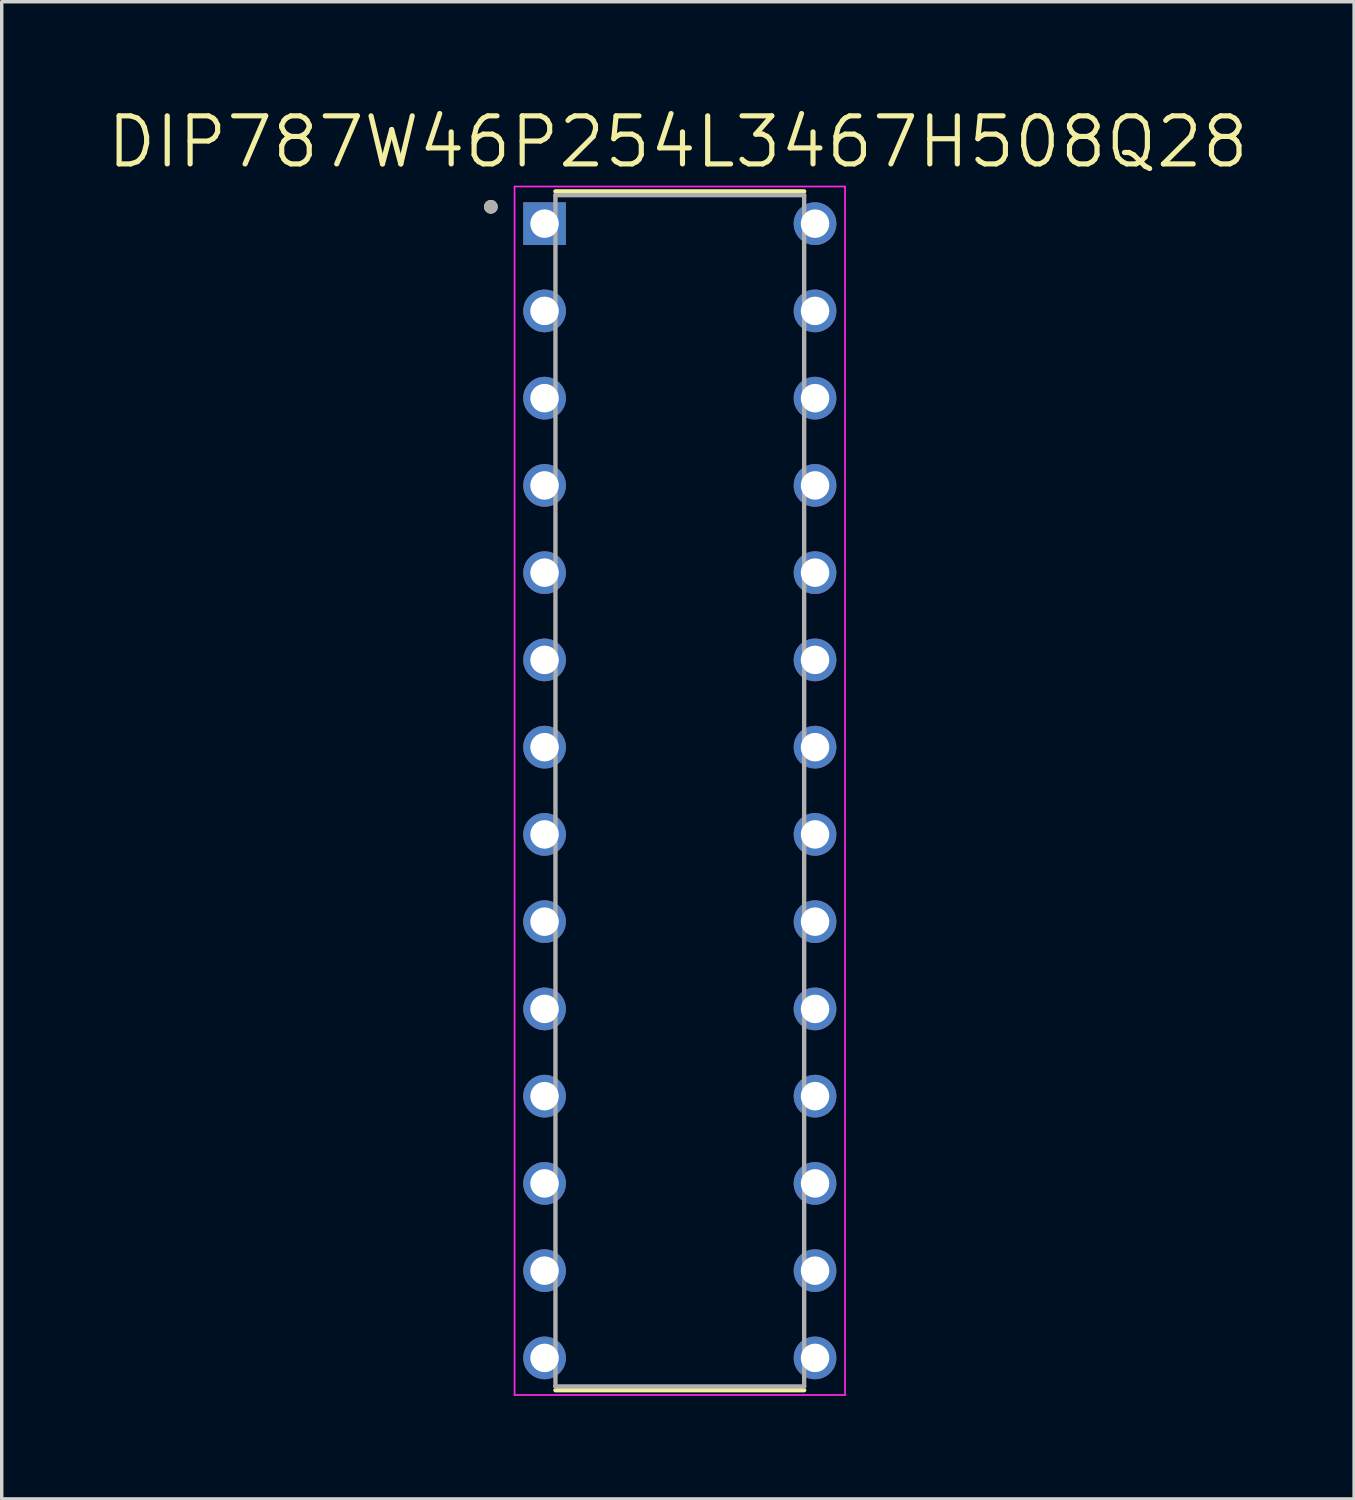
<source format=kicad_pcb>
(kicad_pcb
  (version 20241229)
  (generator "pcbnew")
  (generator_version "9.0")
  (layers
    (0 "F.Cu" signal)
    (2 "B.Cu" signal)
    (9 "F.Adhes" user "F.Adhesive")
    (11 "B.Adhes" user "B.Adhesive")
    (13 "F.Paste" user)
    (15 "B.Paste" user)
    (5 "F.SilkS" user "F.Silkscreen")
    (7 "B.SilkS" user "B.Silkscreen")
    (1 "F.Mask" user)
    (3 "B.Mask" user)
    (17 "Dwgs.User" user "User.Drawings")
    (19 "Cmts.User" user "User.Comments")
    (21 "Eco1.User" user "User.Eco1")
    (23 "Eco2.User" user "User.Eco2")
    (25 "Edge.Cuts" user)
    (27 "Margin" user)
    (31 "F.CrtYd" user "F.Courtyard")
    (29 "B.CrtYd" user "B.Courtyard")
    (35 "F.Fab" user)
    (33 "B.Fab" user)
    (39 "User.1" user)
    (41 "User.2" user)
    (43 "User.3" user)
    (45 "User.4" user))
  (footprint "DIP787W46P254L3467H508Q28"
    (layer "F.Cu")
    (at 16.74 19.971)
    (property "Reference" "DIP787W46P254L3467H508Q28" (at -0.055 -18.889 0) (layer "F.SilkS") (effects (font (size 1.4 1.4) (thickness 0.15))))
    (attr through_hole)
    (fp_line (start -3.62 -17.45) (end 3.62 -17.45) (stroke (width 0.127) (type solid)) (layer "F.SilkS"))
    (fp_line (start -3.62 17.45) (end 3.62 17.45) (stroke (width 0.127) (type solid)) (layer "F.SilkS"))
    (fp_circle (center -5.5 -17) (end -5.4 -17) (stroke (width 0.2) (type solid)) (fill no) (layer "F.SilkS"))
    (fp_line (start -4.81 -17.59) (end -4.81 17.59) (stroke (width 0.05) (type solid)) (layer "F.CrtYd"))
    (fp_line (start -4.81 17.59) (end 4.81 17.59) (stroke (width 0.05) (type solid)) (layer "F.CrtYd"))
    (fp_line (start 4.81 -17.59) (end -4.81 -17.59) (stroke (width 0.05) (type solid)) (layer "F.CrtYd"))
    (fp_line (start 4.81 17.59) (end 4.81 -17.59) (stroke (width 0.05) (type solid)) (layer "F.CrtYd"))
    (fp_line (start -3.62 -17.34) (end 3.62 -17.34) (stroke (width 0.127) (type solid)) (layer "F.Fab"))
    (fp_line (start -3.62 17.34) (end -3.62 -17.34) (stroke (width 0.127) (type solid)) (layer "F.Fab"))
    (fp_line (start 3.62 -17.34) (end 3.62 17.34) (stroke (width 0.127) (type solid)) (layer "F.Fab"))
    (fp_line (start 3.62 17.34) (end -3.62 17.34) (stroke (width 0.127) (type solid)) (layer "F.Fab"))
    (fp_circle (center -5.5 -17) (end -5.4 -17) (stroke (width 0.2) (type solid)) (fill no) (layer "F.Fab"))
    (pad "1" thru_hole rect (at -3.937 -16.51) (size 1.243 1.243) (drill 0.83) (layers "*.Cu" "*.Mask"))
    (pad "2" thru_hole circle (at -3.937 -13.97) (size 1.243 1.243) (drill 0.83) (layers "*.Cu" "*.Mask"))
    (pad "3" thru_hole circle (at -3.937 -11.43) (size 1.243 1.243) (drill 0.83) (layers "*.Cu" "*.Mask"))
    (pad "4" thru_hole circle (at -3.937 -8.89) (size 1.243 1.243) (drill 0.83) (layers "*.Cu" "*.Mask"))
    (pad "5" thru_hole circle (at -3.937 -6.35) (size 1.243 1.243) (drill 0.83) (layers "*.Cu" "*.Mask"))
    (pad "6" thru_hole circle (at -3.937 -3.81) (size 1.243 1.243) (drill 0.83) (layers "*.Cu" "*.Mask"))
    (pad "7" thru_hole circle (at -3.937 -1.27) (size 1.243 1.243) (drill 0.83) (layers "*.Cu" "*.Mask"))
    (pad "8" thru_hole circle (at -3.937 1.27) (size 1.243 1.243) (drill 0.83) (layers "*.Cu" "*.Mask"))
    (pad "9" thru_hole circle (at -3.937 3.81) (size 1.243 1.243) (drill 0.83) (layers "*.Cu" "*.Mask"))
    (pad "10" thru_hole circle (at -3.937 6.35) (size 1.243 1.243) (drill 0.83) (layers "*.Cu" "*.Mask"))
    (pad "11" thru_hole circle (at -3.937 8.89) (size 1.243 1.243) (drill 0.83) (layers "*.Cu" "*.Mask"))
    (pad "12" thru_hole circle (at -3.937 11.43) (size 1.243 1.243) (drill 0.83) (layers "*.Cu" "*.Mask"))
    (pad "13" thru_hole circle (at -3.937 13.97) (size 1.243 1.243) (drill 0.83) (layers "*.Cu" "*.Mask"))
    (pad "14" thru_hole circle (at -3.937 16.51) (size 1.243 1.243) (drill 0.83) (layers "*.Cu" "*.Mask"))
    (pad "15" thru_hole circle (at 3.937 16.51) (size 1.243 1.243) (drill 0.83) (layers "*.Cu" "*.Mask"))
    (pad "16" thru_hole circle (at 3.937 13.97) (size 1.243 1.243) (drill 0.83) (layers "*.Cu" "*.Mask"))
    (pad "17" thru_hole circle (at 3.937 11.43) (size 1.243 1.243) (drill 0.83) (layers "*.Cu" "*.Mask"))
    (pad "18" thru_hole circle (at 3.937 8.89) (size 1.243 1.243) (drill 0.83) (layers "*.Cu" "*.Mask"))
    (pad "19" thru_hole circle (at 3.937 6.35) (size 1.243 1.243) (drill 0.83) (layers "*.Cu" "*.Mask"))
    (pad "20" thru_hole circle (at 3.937 3.81) (size 1.243 1.243) (drill 0.83) (layers "*.Cu" "*.Mask"))
    (pad "21" thru_hole circle (at 3.937 1.27) (size 1.243 1.243) (drill 0.83) (layers "*.Cu" "*.Mask"))
    (pad "22" thru_hole circle (at 3.937 -1.27) (size 1.243 1.243) (drill 0.83) (layers "*.Cu" "*.Mask"))
    (pad "23" thru_hole circle (at 3.937 -3.81) (size 1.243 1.243) (drill 0.83) (layers "*.Cu" "*.Mask"))
    (pad "24" thru_hole circle (at 3.937 -6.35) (size 1.243 1.243) (drill 0.83) (layers "*.Cu" "*.Mask"))
    (pad "25" thru_hole circle (at 3.937 -8.89) (size 1.243 1.243) (drill 0.83) (layers "*.Cu" "*.Mask"))
    (pad "26" thru_hole circle (at 3.937 -11.43) (size 1.243 1.243) (drill 0.83) (layers "*.Cu" "*.Mask"))
    (pad "27" thru_hole circle (at 3.937 -13.97) (size 1.243 1.243) (drill 0.83) (layers "*.Cu" "*.Mask"))
    (pad "28" thru_hole circle (at 3.937 -16.51) (size 1.243 1.243) (drill 0.83) (layers "*.Cu" "*.Mask")))
  (gr_rect
    (start -3 -3)
    (end 36.37 40.586)
    (stroke (width 0.1) (type default))
    (fill no)
    (layer "Edge.Cuts")))
</source>
